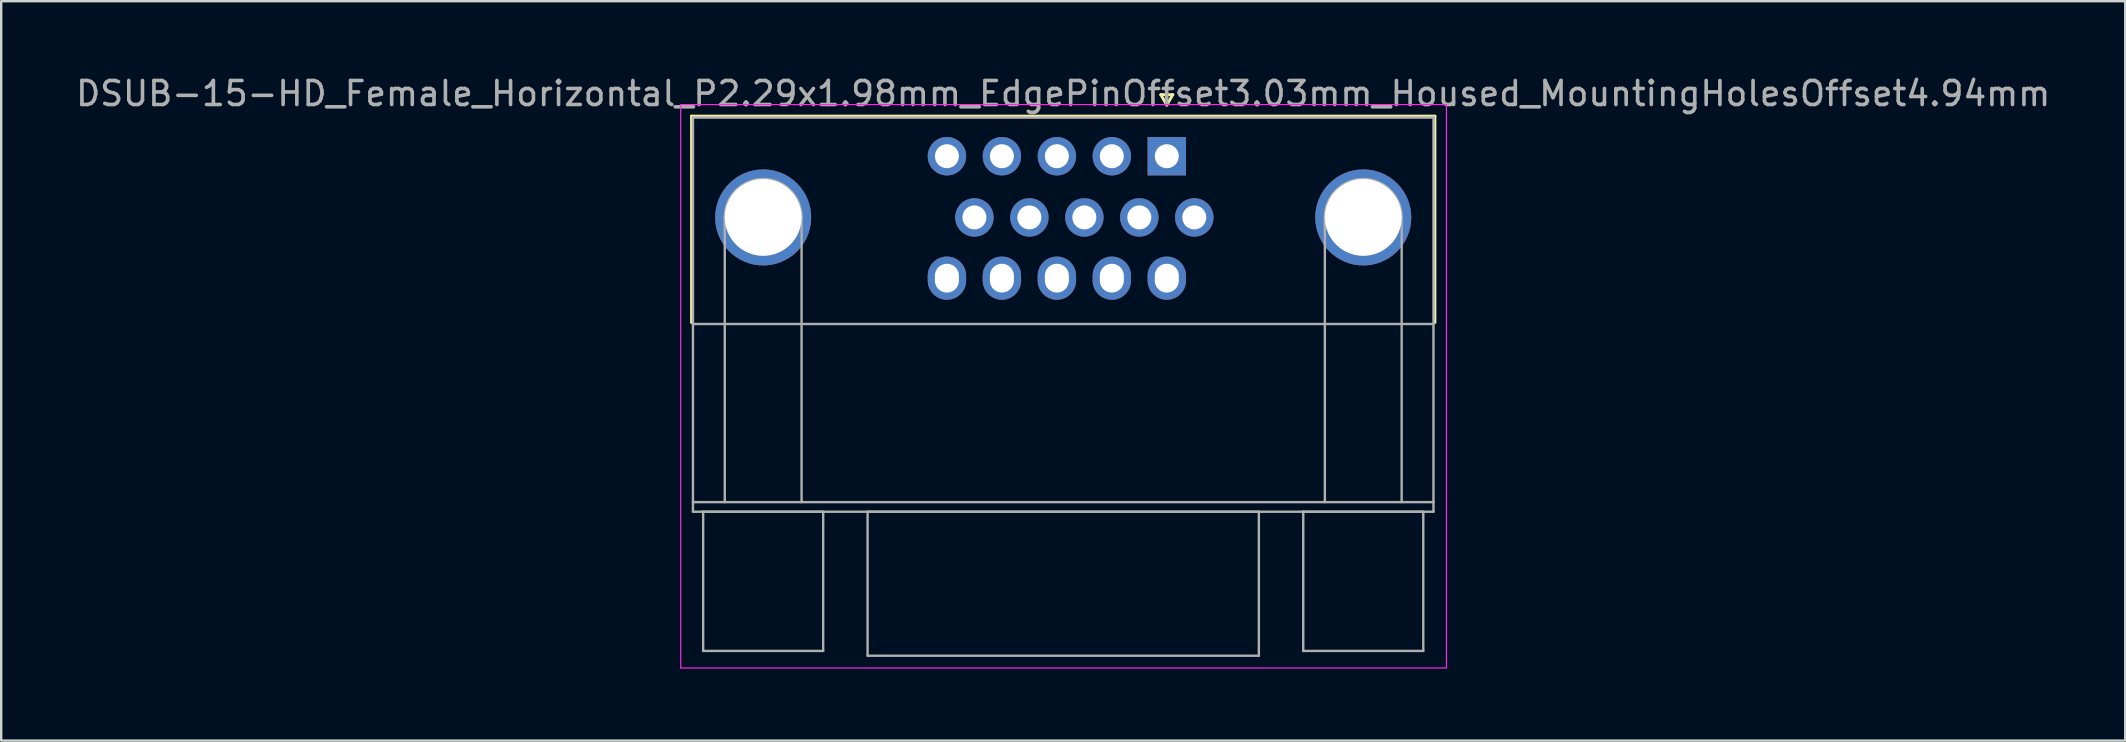
<source format=kicad_pcb>
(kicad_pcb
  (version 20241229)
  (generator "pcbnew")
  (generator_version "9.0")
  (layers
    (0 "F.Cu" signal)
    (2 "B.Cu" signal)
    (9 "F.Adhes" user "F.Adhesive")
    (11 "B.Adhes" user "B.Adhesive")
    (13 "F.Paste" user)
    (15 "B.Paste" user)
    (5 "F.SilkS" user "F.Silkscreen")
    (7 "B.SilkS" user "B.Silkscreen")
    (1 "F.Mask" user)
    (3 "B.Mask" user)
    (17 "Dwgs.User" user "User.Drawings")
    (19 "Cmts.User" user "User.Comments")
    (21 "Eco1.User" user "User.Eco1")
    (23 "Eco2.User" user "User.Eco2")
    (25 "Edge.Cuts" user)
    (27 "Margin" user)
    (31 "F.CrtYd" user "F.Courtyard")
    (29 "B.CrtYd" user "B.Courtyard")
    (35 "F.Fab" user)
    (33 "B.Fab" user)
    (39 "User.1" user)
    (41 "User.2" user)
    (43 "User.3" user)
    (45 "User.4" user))
  (footprint "DSUB-15-HD_Female_Horizontal_P2.29x1.98mm_EdgePinOffset3.03mm_Housed_MountingHolesOffset4.94mm"
    (layer "F.Cu")
    (at 45.559 3.458)
    (property "Reference" "DSUB-15-HD_Female_Horizontal_P2.29x1.98mm_EdgePinOffset3.03mm_Housed_MountingHolesOffset4.94mm" (at -4.315 -2.61 180) (layer "F.Fab") (effects (font (size 1 1) (thickness 0.15))))
    (attr through_hole)
    (fp_line (start -19.8 -1.67) (end 11.17 -1.67) (stroke (width 0.12) (type solid)) (layer "F.SilkS"))
    (fp_line (start -19.8 6.93) (end -19.8 -1.67) (stroke (width 0.12) (type solid)) (layer "F.SilkS"))
    (fp_line (start -0.25 -2.564) (end 0.25 -2.564) (stroke (width 0.12) (type solid)) (layer "F.SilkS"))
    (fp_line (start 0 -2.131) (end -0.25 -2.564) (stroke (width 0.12) (type solid)) (layer "F.SilkS"))
    (fp_line (start 0.25 -2.564) (end 0 -2.131) (stroke (width 0.12) (type solid)) (layer "F.SilkS"))
    (fp_line (start 11.17 -1.67) (end 11.17 6.93) (stroke (width 0.12) (type solid)) (layer "F.SilkS"))
    (fp_line (start -20.25 -2.15) (end -20.25 21.32) (stroke (width 0.05) (type solid)) (layer "F.CrtYd"))
    (fp_line (start -20.25 21.32) (end 11.65 21.32) (stroke (width 0.05) (type solid)) (layer "F.CrtYd"))
    (fp_line (start 11.65 -2.15) (end -20.25 -2.15) (stroke (width 0.05) (type solid)) (layer "F.CrtYd"))
    (fp_line (start 11.65 21.32) (end 11.65 -2.15) (stroke (width 0.05) (type solid)) (layer "F.CrtYd"))
    (fp_line (start -19.74 -1.61) (end -19.74 14.41) (stroke (width 0.1) (type solid)) (layer "F.Fab"))
    (fp_line (start -19.74 6.99) (end 11.11 6.99) (stroke (width 0.1) (type solid)) (layer "F.Fab"))
    (fp_line (start -19.74 14.41) (end -19.74 14.81) (stroke (width 0.1) (type solid)) (layer "F.Fab"))
    (fp_line (start -19.74 14.81) (end 11.11 14.81) (stroke (width 0.1) (type solid)) (layer "F.Fab"))
    (fp_line (start -19.315 14.81) (end -19.315 20.61) (stroke (width 0.1) (type solid)) (layer "F.Fab"))
    (fp_line (start -19.315 20.61) (end -14.315 20.61) (stroke (width 0.1) (type solid)) (layer "F.Fab"))
    (fp_line (start -18.415 14.41) (end -18.415 2.55) (stroke (width 0.1) (type solid)) (layer "F.Fab"))
    (fp_line (start -15.215 14.41) (end -15.215 2.55) (stroke (width 0.1) (type solid)) (layer "F.Fab"))
    (fp_line (start -14.315 14.81) (end -19.315 14.81) (stroke (width 0.1) (type solid)) (layer "F.Fab"))
    (fp_line (start -14.315 20.61) (end -14.315 14.81) (stroke (width 0.1) (type solid)) (layer "F.Fab"))
    (fp_line (start -12.465 14.81) (end -12.465 20.81) (stroke (width 0.1) (type solid)) (layer "F.Fab"))
    (fp_line (start -12.465 20.81) (end 3.835 20.81) (stroke (width 0.1) (type solid)) (layer "F.Fab"))
    (fp_line (start 3.835 14.81) (end -12.465 14.81) (stroke (width 0.1) (type solid)) (layer "F.Fab"))
    (fp_line (start 3.835 20.81) (end 3.835 14.81) (stroke (width 0.1) (type solid)) (layer "F.Fab"))
    (fp_line (start 5.685 14.81) (end 5.685 20.61) (stroke (width 0.1) (type solid)) (layer "F.Fab"))
    (fp_line (start 5.685 20.61) (end 10.685 20.61) (stroke (width 0.1) (type solid)) (layer "F.Fab"))
    (fp_line (start 6.585 14.41) (end 6.585 2.55) (stroke (width 0.1) (type solid)) (layer "F.Fab"))
    (fp_line (start 9.785 14.41) (end 9.785 2.55) (stroke (width 0.1) (type solid)) (layer "F.Fab"))
    (fp_line (start 10.685 14.81) (end 5.685 14.81) (stroke (width 0.1) (type solid)) (layer "F.Fab"))
    (fp_line (start 10.685 20.61) (end 10.685 14.81) (stroke (width 0.1) (type solid)) (layer "F.Fab"))
    (fp_line (start 11.11 -1.61) (end -19.74 -1.61) (stroke (width 0.1) (type solid)) (layer "F.Fab"))
    (fp_line (start 11.11 14.41) (end -19.74 14.41) (stroke (width 0.1) (type solid)) (layer "F.Fab"))
    (fp_line (start 11.11 14.41) (end 11.11 -1.61) (stroke (width 0.1) (type solid)) (layer "F.Fab"))
    (fp_line (start 11.11 14.81) (end 11.11 14.41) (stroke (width 0.1) (type solid)) (layer "F.Fab"))
    (fp_arc (start -18.415 2.55) (mid -16.815 0.95) (end -15.215 2.55) (stroke (width 0.1) (type solid)) (layer "F.Fab"))
    (fp_arc (start 6.585 2.55) (mid 8.185 0.95) (end 9.785 2.55) (stroke (width 0.1) (type solid)) (layer "F.Fab"))
    (pad "0" thru_hole circle (at -16.815 2.55) (size 4 4) (drill 3.2) (layers "*.Cu" "*.Mask"))
    (pad "0" thru_hole circle (at 8.185 2.55) (size 4 4) (drill 3.2) (layers "*.Cu" "*.Mask"))
    (pad "1" thru_hole rect (at 0 0) (size 1.6 1.6) (drill 1) (layers "*.Cu" "*.Mask"))
    (pad "2" thru_hole circle (at -2.29 0) (size 1.6 1.6) (drill 1) (layers "*.Cu" "*.Mask"))
    (pad "3" thru_hole circle (at -4.58 0) (size 1.6 1.6) (drill 1) (layers "*.Cu" "*.Mask"))
    (pad "4" thru_hole circle (at -6.87 0) (size 1.6 1.6) (drill 1) (layers "*.Cu" "*.Mask"))
    (pad "5" thru_hole circle (at -9.16 0) (size 1.6 1.6) (drill 1) (layers "*.Cu" "*.Mask"))
    (pad "6" thru_hole circle (at 1.145 2.55) (size 1.6 1.6) (drill 1) (layers "*.Cu" "*.Mask"))
    (pad "7" thru_hole circle (at -1.145 2.55) (size 1.6 1.6) (drill 1) (layers "*.Cu" "*.Mask"))
    (pad "8" thru_hole circle (at -3.435 2.55) (size 1.6 1.6) (drill 1) (layers "*.Cu" "*.Mask"))
    (pad "9" thru_hole circle (at -5.725 2.55) (size 1.6 1.6) (drill 1) (layers "*.Cu" "*.Mask"))
    (pad "10" thru_hole circle (at -8.015 2.55) (size 1.6 1.6) (drill 1) (layers "*.Cu" "*.Mask"))
    (pad "11" thru_hole oval (at 0 5.08) (size 1.6 1.8) (drill oval 1 1.2) (layers "*.Cu" "*.Mask"))
    (pad "12" thru_hole oval (at -2.29 5.08) (size 1.6 1.8) (drill oval 1 1.2) (layers "*.Cu" "*.Mask"))
    (pad "13" thru_hole oval (at -4.58 5.08) (size 1.6 1.8) (drill oval 1 1.2) (layers "*.Cu" "*.Mask"))
    (pad "14" thru_hole oval (at -6.87 5.08) (size 1.6 1.8) (drill oval 1 1.2) (layers "*.Cu" "*.Mask"))
    (pad "15" thru_hole oval (at -9.16 5.08) (size 1.6 1.8) (drill oval 1 1.2) (layers "*.Cu" "*.Mask")))
  (gr_rect
    (start -3 -3)
    (end 85.488 27.803)
    (stroke (width 0.1) (type default))
    (fill no)
    (layer "Edge.Cuts")))
</source>
